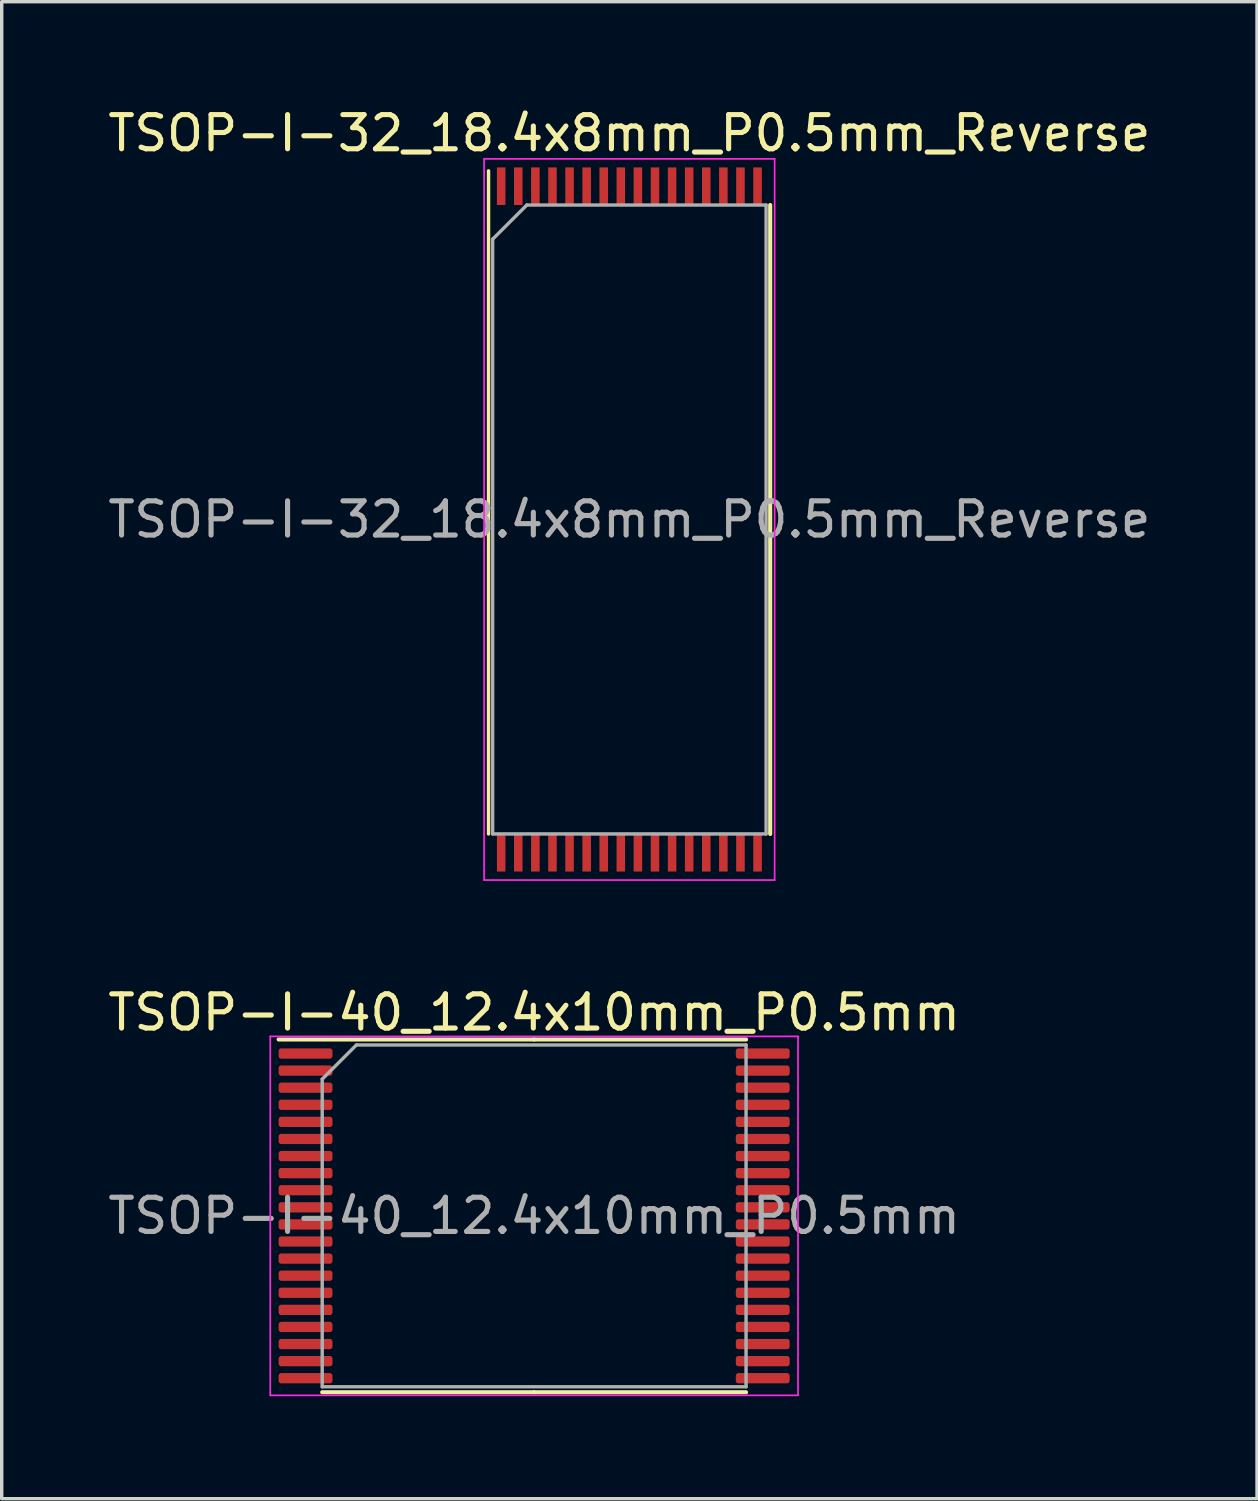
<source format=kicad_pcb>
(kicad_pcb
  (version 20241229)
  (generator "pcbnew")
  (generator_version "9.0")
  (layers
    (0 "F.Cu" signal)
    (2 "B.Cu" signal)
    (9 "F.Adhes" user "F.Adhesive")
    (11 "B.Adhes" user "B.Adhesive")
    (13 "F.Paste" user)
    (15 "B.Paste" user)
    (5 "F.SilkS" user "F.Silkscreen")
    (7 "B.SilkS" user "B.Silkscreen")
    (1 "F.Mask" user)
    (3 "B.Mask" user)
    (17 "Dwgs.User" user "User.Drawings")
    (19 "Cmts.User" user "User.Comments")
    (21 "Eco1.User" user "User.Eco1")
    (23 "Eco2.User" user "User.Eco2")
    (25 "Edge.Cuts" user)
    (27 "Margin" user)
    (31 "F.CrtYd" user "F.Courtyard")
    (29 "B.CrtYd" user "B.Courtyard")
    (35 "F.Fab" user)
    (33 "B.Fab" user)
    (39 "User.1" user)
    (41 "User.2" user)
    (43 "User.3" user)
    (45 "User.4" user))
  (footprint "TSOP-I-40_12.4x10mm_P0.5mm"
    (layer "F.Cu")
    (at 12.577 32.522)
    (property "Reference" "TSOP-I-40_12.4x10mm_P0.5mm" (at 0 -5.95 0) (layer "F.SilkS") (effects (font (size 1 1) (thickness 0.15))))
    (attr smd)
    (fp_line (start 0 -5.16) (end -7.475 -5.16) (stroke (width 0.12) (type solid)) (layer "F.SilkS"))
    (fp_line (start 0 -5.16) (end 6.2 -5.16) (stroke (width 0.12) (type solid)) (layer "F.SilkS"))
    (fp_line (start 0 5.16) (end -6.2 5.16) (stroke (width 0.12) (type solid)) (layer "F.SilkS"))
    (fp_line (start 0 5.16) (end 6.2 5.16) (stroke (width 0.12) (type solid)) (layer "F.SilkS"))
    (fp_line (start -7.72 -5.25) (end -7.72 5.25) (stroke (width 0.05) (type solid)) (layer "F.CrtYd"))
    (fp_line (start -7.72 5.25) (end 7.72 5.25) (stroke (width 0.05) (type solid)) (layer "F.CrtYd"))
    (fp_line (start 7.72 -5.25) (end -7.72 -5.25) (stroke (width 0.05) (type solid)) (layer "F.CrtYd"))
    (fp_line (start 7.72 5.25) (end 7.72 -5.25) (stroke (width 0.05) (type solid)) (layer "F.CrtYd"))
    (fp_line (start -6.2 -4) (end -5.2 -5) (stroke (width 0.1) (type solid)) (layer "F.Fab"))
    (fp_line (start -6.2 5) (end -6.2 -4) (stroke (width 0.1) (type solid)) (layer "F.Fab"))
    (fp_line (start -5.2 -5) (end 6.2 -5) (stroke (width 0.1) (type solid)) (layer "F.Fab"))
    (fp_line (start 6.2 -5) (end 6.2 5) (stroke (width 0.1) (type solid)) (layer "F.Fab"))
    (fp_line (start 6.2 5) (end -6.2 5) (stroke (width 0.1) (type solid)) (layer "F.Fab"))
    (fp_text user "${REFERENCE}" (at 0 0 0) (layer "F.Fab") (effects (font (size 1 1) (thickness 0.15))))
    (pad "1" smd roundrect (at -6.688 -4.75) (size 1.575 0.3) (layers "F.Cu" "F.Mask" "F.Paste") (roundrect_rratio 0.25))
    (pad "2" smd roundrect (at -6.688 -4.25) (size 1.575 0.3) (layers "F.Cu" "F.Mask" "F.Paste") (roundrect_rratio 0.25))
    (pad "3" smd roundrect (at -6.688 -3.75) (size 1.575 0.3) (layers "F.Cu" "F.Mask" "F.Paste") (roundrect_rratio 0.25))
    (pad "4" smd roundrect (at -6.688 -3.25) (size 1.575 0.3) (layers "F.Cu" "F.Mask" "F.Paste") (roundrect_rratio 0.25))
    (pad "5" smd roundrect (at -6.688 -2.75) (size 1.575 0.3) (layers "F.Cu" "F.Mask" "F.Paste") (roundrect_rratio 0.25))
    (pad "6" smd roundrect (at -6.688 -2.25) (size 1.575 0.3) (layers "F.Cu" "F.Mask" "F.Paste") (roundrect_rratio 0.25))
    (pad "7" smd roundrect (at -6.688 -1.75) (size 1.575 0.3) (layers "F.Cu" "F.Mask" "F.Paste") (roundrect_rratio 0.25))
    (pad "8" smd roundrect (at -6.688 -1.25) (size 1.575 0.3) (layers "F.Cu" "F.Mask" "F.Paste") (roundrect_rratio 0.25))
    (pad "9" smd roundrect (at -6.688 -0.75) (size 1.575 0.3) (layers "F.Cu" "F.Mask" "F.Paste") (roundrect_rratio 0.25))
    (pad "10" smd roundrect (at -6.688 -0.25) (size 1.575 0.3) (layers "F.Cu" "F.Mask" "F.Paste") (roundrect_rratio 0.25))
    (pad "11" smd roundrect (at -6.688 0.25) (size 1.575 0.3) (layers "F.Cu" "F.Mask" "F.Paste") (roundrect_rratio 0.25))
    (pad "12" smd roundrect (at -6.688 0.75) (size 1.575 0.3) (layers "F.Cu" "F.Mask" "F.Paste") (roundrect_rratio 0.25))
    (pad "13" smd roundrect (at -6.688 1.25) (size 1.575 0.3) (layers "F.Cu" "F.Mask" "F.Paste") (roundrect_rratio 0.25))
    (pad "14" smd roundrect (at -6.688 1.75) (size 1.575 0.3) (layers "F.Cu" "F.Mask" "F.Paste") (roundrect_rratio 0.25))
    (pad "15" smd roundrect (at -6.688 2.25) (size 1.575 0.3) (layers "F.Cu" "F.Mask" "F.Paste") (roundrect_rratio 0.25))
    (pad "16" smd roundrect (at -6.688 2.75) (size 1.575 0.3) (layers "F.Cu" "F.Mask" "F.Paste") (roundrect_rratio 0.25))
    (pad "17" smd roundrect (at -6.688 3.25) (size 1.575 0.3) (layers "F.Cu" "F.Mask" "F.Paste") (roundrect_rratio 0.25))
    (pad "18" smd roundrect (at -6.688 3.75) (size 1.575 0.3) (layers "F.Cu" "F.Mask" "F.Paste") (roundrect_rratio 0.25))
    (pad "19" smd roundrect (at -6.688 4.25) (size 1.575 0.3) (layers "F.Cu" "F.Mask" "F.Paste") (roundrect_rratio 0.25))
    (pad "20" smd roundrect (at -6.688 4.75) (size 1.575 0.3) (layers "F.Cu" "F.Mask" "F.Paste") (roundrect_rratio 0.25))
    (pad "21" smd roundrect (at 6.688 4.75) (size 1.575 0.3) (layers "F.Cu" "F.Mask" "F.Paste") (roundrect_rratio 0.25))
    (pad "22" smd roundrect (at 6.688 4.25) (size 1.575 0.3) (layers "F.Cu" "F.Mask" "F.Paste") (roundrect_rratio 0.25))
    (pad "23" smd roundrect (at 6.688 3.75) (size 1.575 0.3) (layers "F.Cu" "F.Mask" "F.Paste") (roundrect_rratio 0.25))
    (pad "24" smd roundrect (at 6.688 3.25) (size 1.575 0.3) (layers "F.Cu" "F.Mask" "F.Paste") (roundrect_rratio 0.25))
    (pad "25" smd roundrect (at 6.688 2.75) (size 1.575 0.3) (layers "F.Cu" "F.Mask" "F.Paste") (roundrect_rratio 0.25))
    (pad "26" smd roundrect (at 6.688 2.25) (size 1.575 0.3) (layers "F.Cu" "F.Mask" "F.Paste") (roundrect_rratio 0.25))
    (pad "27" smd roundrect (at 6.688 1.75) (size 1.575 0.3) (layers "F.Cu" "F.Mask" "F.Paste") (roundrect_rratio 0.25))
    (pad "28" smd roundrect (at 6.688 1.25) (size 1.575 0.3) (layers "F.Cu" "F.Mask" "F.Paste") (roundrect_rratio 0.25))
    (pad "29" smd roundrect (at 6.688 0.75) (size 1.575 0.3) (layers "F.Cu" "F.Mask" "F.Paste") (roundrect_rratio 0.25))
    (pad "30" smd roundrect (at 6.688 0.25) (size 1.575 0.3) (layers "F.Cu" "F.Mask" "F.Paste") (roundrect_rratio 0.25))
    (pad "31" smd roundrect (at 6.688 -0.25) (size 1.575 0.3) (layers "F.Cu" "F.Mask" "F.Paste") (roundrect_rratio 0.25))
    (pad "32" smd roundrect (at 6.688 -0.75) (size 1.575 0.3) (layers "F.Cu" "F.Mask" "F.Paste") (roundrect_rratio 0.25))
    (pad "33" smd roundrect (at 6.688 -1.25) (size 1.575 0.3) (layers "F.Cu" "F.Mask" "F.Paste") (roundrect_rratio 0.25))
    (pad "34" smd roundrect (at 6.688 -1.75) (size 1.575 0.3) (layers "F.Cu" "F.Mask" "F.Paste") (roundrect_rratio 0.25))
    (pad "35" smd roundrect (at 6.688 -2.25) (size 1.575 0.3) (layers "F.Cu" "F.Mask" "F.Paste") (roundrect_rratio 0.25))
    (pad "36" smd roundrect (at 6.688 -2.75) (size 1.575 0.3) (layers "F.Cu" "F.Mask" "F.Paste") (roundrect_rratio 0.25))
    (pad "37" smd roundrect (at 6.688 -3.25) (size 1.575 0.3) (layers "F.Cu" "F.Mask" "F.Paste") (roundrect_rratio 0.25))
    (pad "38" smd roundrect (at 6.688 -3.75) (size 1.575 0.3) (layers "F.Cu" "F.Mask" "F.Paste") (roundrect_rratio 0.25))
    (pad "39" smd roundrect (at 6.688 -4.25) (size 1.575 0.3) (layers "F.Cu" "F.Mask" "F.Paste") (roundrect_rratio 0.25))
    (pad "40" smd roundrect (at 6.688 -4.75) (size 1.575 0.3) (layers "F.Cu" "F.Mask" "F.Paste") (roundrect_rratio 0.25)))
  (footprint "TSOP-I-32_18.4x8mm_P0.5mm_Reverse"
    (layer "F.Cu")
    (at 15.363 12.148)
    (property "Reference" "TSOP-I-32_18.4x8mm_P0.5mm_Reverse" (at 0 -11.3 0) (layer "F.SilkS") (effects (font (size 1 1) (thickness 0.15))))
    (attr smd)
    (fp_line (start -4.12 -10.2) (end -4.12 9.2) (stroke (width 0.1) (type solid)) (layer "F.SilkS"))
    (fp_line (start 4.12 9.2) (end 4.12 -9.2) (stroke (width 0.12) (type solid)) (layer "F.SilkS"))
    (fp_line (start -4.25 -10.55) (end 4.25 -10.55) (stroke (width 0.05) (type solid)) (layer "F.CrtYd"))
    (fp_line (start -4.25 10.55) (end -4.25 -10.55) (stroke (width 0.05) (type solid)) (layer "F.CrtYd"))
    (fp_line (start 4.25 -10.55) (end 4.25 10.55) (stroke (width 0.05) (type solid)) (layer "F.CrtYd"))
    (fp_line (start 4.25 10.55) (end -4.25 10.55) (stroke (width 0.05) (type solid)) (layer "F.CrtYd"))
    (fp_line (start -4 -8.2) (end -4 9.2) (stroke (width 0.1) (type solid)) (layer "F.Fab"))
    (fp_line (start -4 -8.2) (end -3 -9.2) (stroke (width 0.1) (type solid)) (layer "F.Fab"))
    (fp_line (start -3 -9.2) (end 4 -9.2) (stroke (width 0.1) (type solid)) (layer "F.Fab"))
    (fp_line (start 4 -9.2) (end 4 9.2) (stroke (width 0.1) (type solid)) (layer "F.Fab"))
    (fp_line (start 4 9.2) (end -4 9.2) (stroke (width 0.1) (type solid)) (layer "F.Fab"))
    (fp_text user "${REFERENCE}" (at 0 0 0) (layer "F.Fab") (effects (font (size 1 1) (thickness 0.15))))
    (pad "1" smd rect (at -3.75 -9.75) (size 0.25 1.1) (layers "F.Cu" "F.Mask" "F.Paste"))
    (pad "2" smd rect (at -3.25 -9.75) (size 0.25 1.1) (layers "F.Cu" "F.Mask" "F.Paste"))
    (pad "3" smd rect (at -2.75 -9.75) (size 0.25 1.1) (layers "F.Cu" "F.Mask" "F.Paste"))
    (pad "4" smd rect (at -2.25 -9.75) (size 0.25 1.1) (layers "F.Cu" "F.Mask" "F.Paste"))
    (pad "5" smd rect (at -1.75 -9.75) (size 0.25 1.1) (layers "F.Cu" "F.Mask" "F.Paste"))
    (pad "6" smd rect (at -1.25 -9.75) (size 0.25 1.1) (layers "F.Cu" "F.Mask" "F.Paste"))
    (pad "7" smd rect (at -0.75 -9.75) (size 0.25 1.1) (layers "F.Cu" "F.Mask" "F.Paste"))
    (pad "8" smd rect (at -0.25 -9.75) (size 0.25 1.1) (layers "F.Cu" "F.Mask" "F.Paste"))
    (pad "9" smd rect (at 0.25 -9.75) (size 0.25 1.1) (layers "F.Cu" "F.Mask" "F.Paste"))
    (pad "10" smd rect (at 0.75 -9.75) (size 0.25 1.1) (layers "F.Cu" "F.Mask" "F.Paste"))
    (pad "11" smd rect (at 1.25 -9.75) (size 0.25 1.1) (layers "F.Cu" "F.Mask" "F.Paste"))
    (pad "12" smd rect (at 1.75 -9.75) (size 0.25 1.1) (layers "F.Cu" "F.Mask" "F.Paste"))
    (pad "13" smd rect (at 2.25 -9.75) (size 0.25 1.1) (layers "F.Cu" "F.Mask" "F.Paste"))
    (pad "14" smd rect (at 2.75 -9.75) (size 0.25 1.1) (layers "F.Cu" "F.Mask" "F.Paste"))
    (pad "15" smd rect (at 3.25 -9.75) (size 0.25 1.1) (layers "F.Cu" "F.Mask" "F.Paste"))
    (pad "16" smd rect (at 3.75 -9.75) (size 0.25 1.1) (layers "F.Cu" "F.Mask" "F.Paste"))
    (pad "17" smd rect (at 3.75 9.75) (size 0.25 1.1) (layers "F.Cu" "F.Mask" "F.Paste"))
    (pad "18" smd rect (at 3.25 9.75) (size 0.25 1.1) (layers "F.Cu" "F.Mask" "F.Paste"))
    (pad "19" smd rect (at 2.75 9.75) (size 0.25 1.1) (layers "F.Cu" "F.Mask" "F.Paste"))
    (pad "20" smd rect (at 2.25 9.75) (size 0.25 1.1) (layers "F.Cu" "F.Mask" "F.Paste"))
    (pad "21" smd rect (at 1.75 9.75) (size 0.25 1.1) (layers "F.Cu" "F.Mask" "F.Paste"))
    (pad "22" smd rect (at 1.25 9.75) (size 0.25 1.1) (layers "F.Cu" "F.Mask" "F.Paste"))
    (pad "23" smd rect (at 0.75 9.75) (size 0.25 1.1) (layers "F.Cu" "F.Mask" "F.Paste"))
    (pad "24" smd rect (at 0.25 9.75) (size 0.25 1.1) (layers "F.Cu" "F.Mask" "F.Paste"))
    (pad "25" smd rect (at -0.25 9.75) (size 0.25 1.1) (layers "F.Cu" "F.Mask" "F.Paste"))
    (pad "26" smd rect (at -0.75 9.75) (size 0.25 1.1) (layers "F.Cu" "F.Mask" "F.Paste"))
    (pad "27" smd rect (at -1.25 9.75) (size 0.25 1.1) (layers "F.Cu" "F.Mask" "F.Paste"))
    (pad "28" smd rect (at -1.75 9.75) (size 0.25 1.1) (layers "F.Cu" "F.Mask" "F.Paste"))
    (pad "29" smd rect (at -2.25 9.75) (size 0.25 1.1) (layers "F.Cu" "F.Mask" "F.Paste"))
    (pad "30" smd rect (at -2.75 9.75) (size 0.25 1.1) (layers "F.Cu" "F.Mask" "F.Paste"))
    (pad "31" smd rect (at -3.25 9.75) (size 0.25 1.1) (layers "F.Cu" "F.Mask" "F.Paste"))
    (pad "32" smd rect (at -3.75 9.75) (size 0.25 1.1) (layers "F.Cu" "F.Mask" "F.Paste")))
  (gr_rect
    (start -3 -3)
    (end 33.726 40.797)
    (stroke (width 0.1) (type default))
    (fill no)
    (layer "Edge.Cuts")))
</source>
